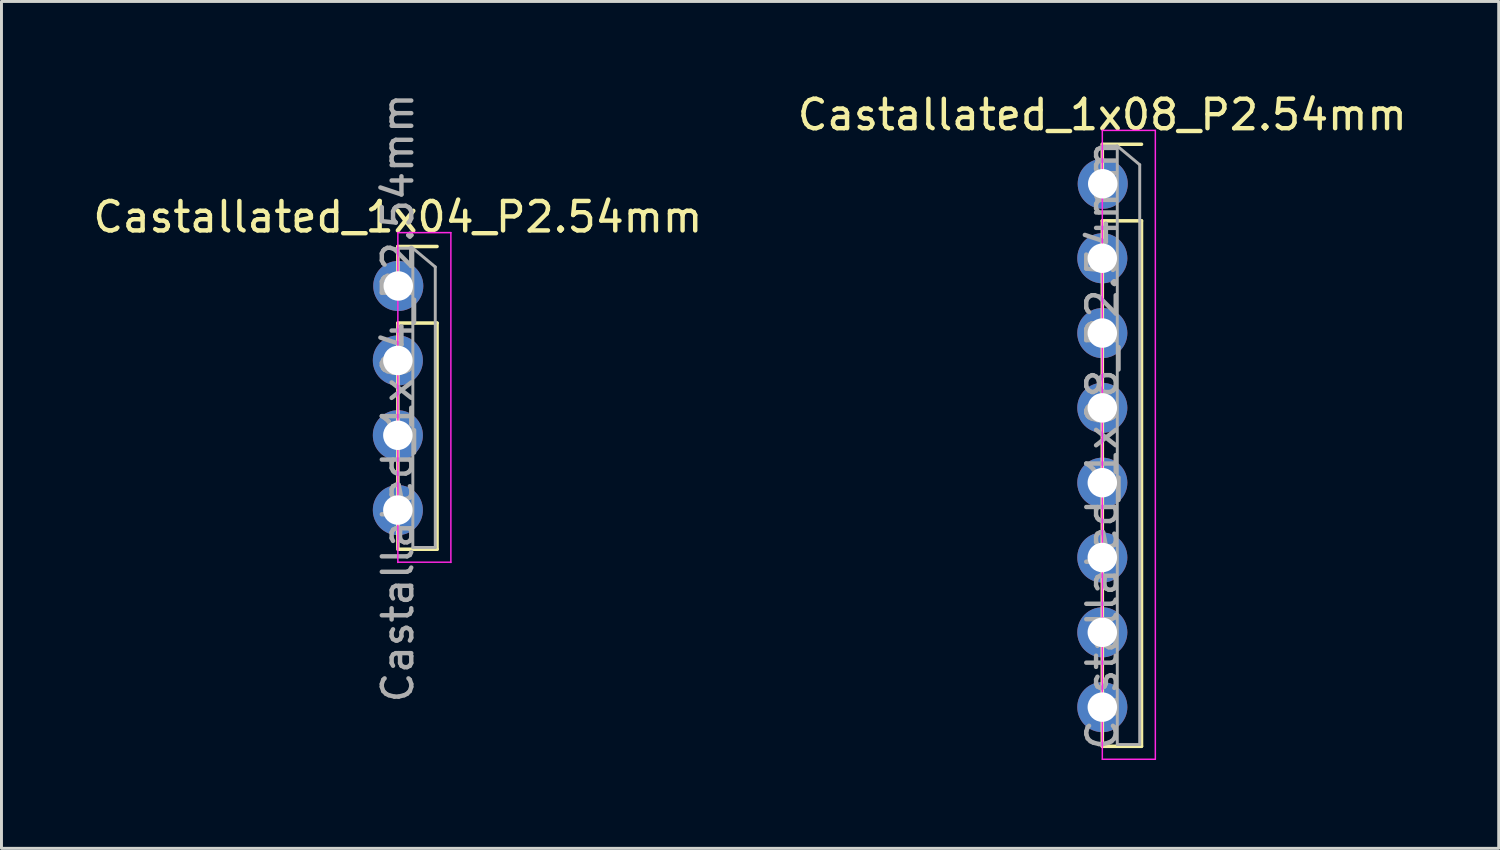
<source format=kicad_pcb>
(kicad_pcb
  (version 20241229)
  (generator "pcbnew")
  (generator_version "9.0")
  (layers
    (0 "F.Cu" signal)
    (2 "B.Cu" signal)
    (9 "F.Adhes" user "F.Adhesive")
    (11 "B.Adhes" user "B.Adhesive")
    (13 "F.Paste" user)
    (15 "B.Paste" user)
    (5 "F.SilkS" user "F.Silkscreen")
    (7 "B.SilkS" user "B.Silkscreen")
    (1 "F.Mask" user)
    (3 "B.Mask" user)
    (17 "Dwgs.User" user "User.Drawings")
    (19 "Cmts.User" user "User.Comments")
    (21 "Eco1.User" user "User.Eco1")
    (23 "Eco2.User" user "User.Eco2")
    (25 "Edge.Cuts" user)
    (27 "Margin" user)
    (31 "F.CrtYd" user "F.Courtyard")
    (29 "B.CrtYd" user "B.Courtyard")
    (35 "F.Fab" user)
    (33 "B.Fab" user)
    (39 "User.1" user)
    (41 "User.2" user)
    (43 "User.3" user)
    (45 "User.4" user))
  (footprint "Castallated_1x04_P2.54mm"
    (layer "F.Cu")
    (at 10.458 6.648)
    (property "Reference" "Castallated_1x04_P2.54mm" (at 0 -2.33 0) (layer "F.SilkS") (effects (font (size 1 1) (thickness 0.15))))
    (attr through_hole)
    (fp_line (start 0 -1.33) (end 1.33 -1.33) (stroke (width 0.12) (type solid)) (layer "F.SilkS"))
    (fp_line (start 0 0) (end 0 -1.33) (stroke (width 0.12) (type solid)) (layer "F.SilkS"))
    (fp_line (start 0 1.27) (end 0 8.89) (stroke (width 0.12) (type solid)) (layer "F.SilkS"))
    (fp_line (start 0 1.27) (end 1.33 1.27) (stroke (width 0.12) (type solid)) (layer "F.SilkS"))
    (fp_line (start 0 8.95) (end 1.33 8.95) (stroke (width 0.12) (type solid)) (layer "F.SilkS"))
    (fp_line (start 1.33 1.27) (end 1.33 8.95) (stroke (width 0.12) (type solid)) (layer "F.SilkS"))
    (fp_line (start 0 -1.8) (end 0 9.398) (stroke (width 0.05) (type solid)) (layer "F.CrtYd"))
    (fp_line (start 0 9.39) (end 1.8 9.39) (stroke (width 0.05) (type solid)) (layer "F.CrtYd"))
    (fp_line (start 1.8 -1.8) (end 0 -1.8) (stroke (width 0.05) (type solid)) (layer "F.CrtYd"))
    (fp_line (start 1.8 9.398) (end 1.8 -1.8) (stroke (width 0.05) (type solid)) (layer "F.CrtYd"))
    (fp_line (start 0 -1.27) (end 0.508 -1.27) (stroke (width 0.1) (type solid)) (layer "F.Fab"))
    (fp_line (start 0.508 -1.27) (end 0.508 8.89) (stroke (width 0.1) (type solid)) (layer "F.Fab"))
    (fp_line (start 1.27 -0.635) (end 0.508 -1.27) (stroke (width 0.1) (type solid)) (layer "F.Fab"))
    (fp_line (start 1.27 8.89) (end 0.508 8.89) (stroke (width 0.1) (type solid)) (layer "F.Fab"))
    (fp_line (start 1.27 8.89) (end 1.27 -0.635) (stroke (width 0.1) (type solid)) (layer "F.Fab"))
    (fp_text user "${REFERENCE}" (at 0 3.81 90) (layer "F.Fab") (effects (font (size 1 1) (thickness 0.15))))
    (pad "1" thru_hole oval (at 0.014 0.011) (size 1.7 1.7) (drill 1) (layers "*.Cu" "*.Mask"))
    (pad "2" thru_hole oval (at 0 2.54) (size 1.7 1.7) (drill 1) (layers "*.Cu" "*.Mask"))
    (pad "3" thru_hole oval (at 0 5.08) (size 1.7 1.7) (drill 1) (layers "*.Cu" "*.Mask"))
    (pad "4" thru_hole oval (at 0 7.62) (size 1.7 1.7) (drill 1) (layers "*.Cu" "*.Mask")))
  (footprint "Castallated_1x08_P2.54mm"
    (layer "F.Cu")
    (at 34.375 3.178)
    (property "Reference" "Castallated_1x08_P2.54mm" (at 0 -2.33 0) (layer "F.SilkS") (effects (font (size 1 1) (thickness 0.15))))
    (attr through_hole)
    (fp_line (start 0 -1.33) (end 1.33 -1.33) (stroke (width 0.12) (type solid)) (layer "F.SilkS"))
    (fp_line (start 0 0) (end 0 -1.33) (stroke (width 0.12) (type solid)) (layer "F.SilkS"))
    (fp_line (start 0 1.27) (end 0 19.11) (stroke (width 0.12) (type solid)) (layer "F.SilkS"))
    (fp_line (start 0 1.27) (end 1.33 1.27) (stroke (width 0.12) (type solid)) (layer "F.SilkS"))
    (fp_line (start 0 19.11) (end 1.33 19.11) (stroke (width 0.12) (type solid)) (layer "F.SilkS"))
    (fp_line (start 1.33 1.27) (end 1.33 19.11) (stroke (width 0.12) (type solid)) (layer "F.SilkS"))
    (fp_line (start 0 -1.8) (end 0 19.55) (stroke (width 0.05) (type solid)) (layer "F.CrtYd"))
    (fp_line (start 0 19.55) (end 1.8 19.55) (stroke (width 0.05) (type solid)) (layer "F.CrtYd"))
    (fp_line (start 1.8 -1.8) (end 0 -1.8) (stroke (width 0.05) (type solid)) (layer "F.CrtYd"))
    (fp_line (start 1.8 19.55) (end 1.8 -1.8) (stroke (width 0.05) (type solid)) (layer "F.CrtYd"))
    (fp_line (start 0 -1.27) (end 0.508 -1.27) (stroke (width 0.1) (type solid)) (layer "F.Fab"))
    (fp_line (start 0.508 -1.27) (end 0.508 19.05) (stroke (width 0.1) (type solid)) (layer "F.Fab"))
    (fp_line (start 1.27 -0.635) (end 0.508 -1.27) (stroke (width 0.1) (type solid)) (layer "F.Fab"))
    (fp_line (start 1.27 19.05) (end 0.508 19.05) (stroke (width 0.1) (type solid)) (layer "F.Fab"))
    (fp_line (start 1.27 19.05) (end 1.27 -0.635) (stroke (width 0.1) (type solid)) (layer "F.Fab"))
    (fp_text user "${REFERENCE}" (at 0 8.89 90) (layer "F.Fab") (effects (font (size 1 1) (thickness 0.15))))
    (pad "1" thru_hole oval (at 0.014 0.011) (size 1.7 1.7) (drill 1) (layers "*.Cu" "*.Mask"))
    (pad "2" thru_hole oval (at 0 2.54) (size 1.7 1.7) (drill 1) (layers "*.Cu" "*.Mask"))
    (pad "3" thru_hole oval (at 0 5.08) (size 1.7 1.7) (drill 1) (layers "*.Cu" "*.Mask"))
    (pad "4" thru_hole oval (at 0 7.62) (size 1.7 1.7) (drill 1) (layers "*.Cu" "*.Mask"))
    (pad "5" thru_hole oval (at 0 10.16) (size 1.7 1.7) (drill 1) (layers "*.Cu" "*.Mask"))
    (pad "6" thru_hole oval (at 0 12.7) (size 1.7 1.7) (drill 1) (layers "*.Cu" "*.Mask"))
    (pad "7" thru_hole oval (at 0 15.24) (size 1.7 1.7) (drill 1) (layers "*.Cu" "*.Mask"))
    (pad "8" thru_hole oval (at 0 17.78) (size 1.7 1.7) (drill 1) (layers "*.Cu" "*.Mask")))
  (gr_rect
    (start -3 -3)
    (end 47.833 25.753)
    (stroke (width 0.1) (type default))
    (fill no)
    (layer "Edge.Cuts")))
</source>
